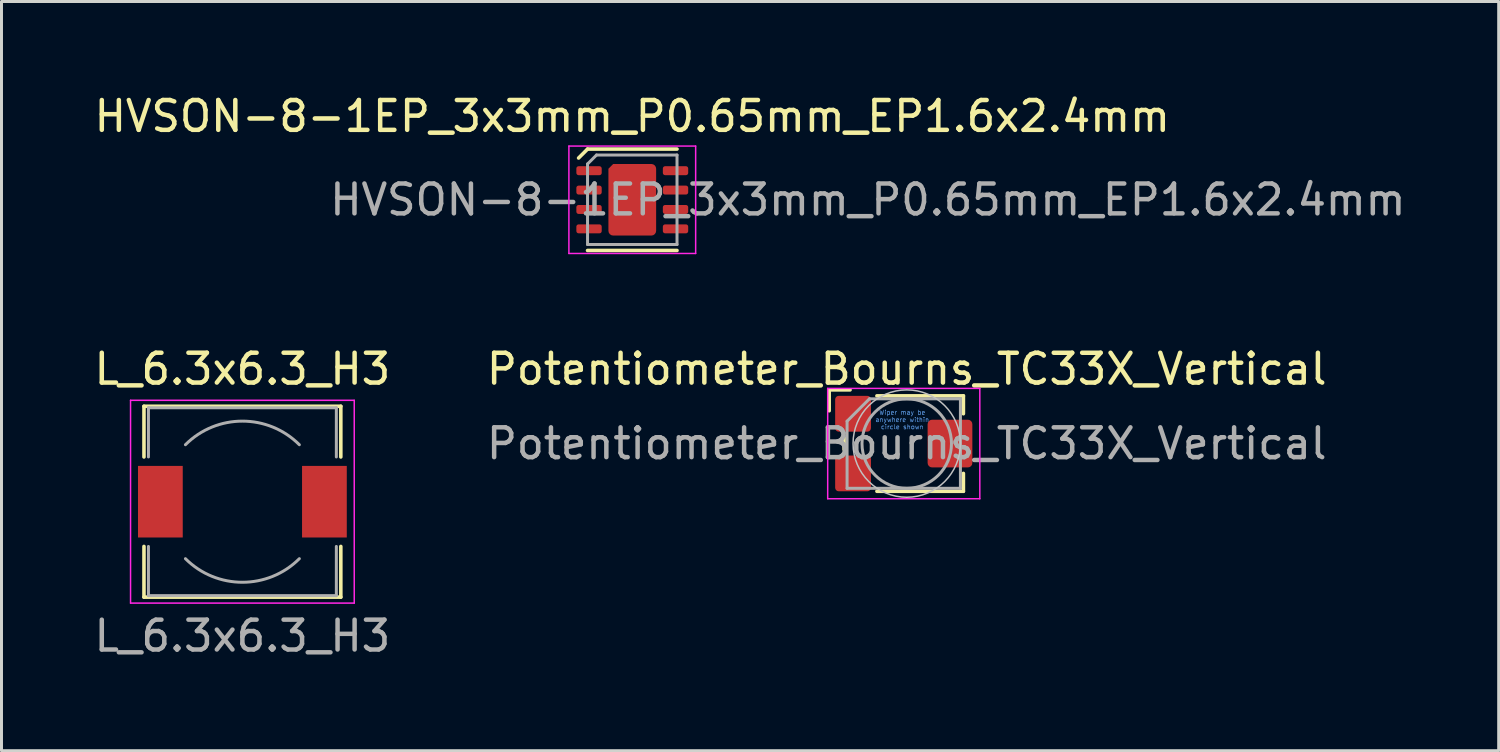
<source format=kicad_pcb>
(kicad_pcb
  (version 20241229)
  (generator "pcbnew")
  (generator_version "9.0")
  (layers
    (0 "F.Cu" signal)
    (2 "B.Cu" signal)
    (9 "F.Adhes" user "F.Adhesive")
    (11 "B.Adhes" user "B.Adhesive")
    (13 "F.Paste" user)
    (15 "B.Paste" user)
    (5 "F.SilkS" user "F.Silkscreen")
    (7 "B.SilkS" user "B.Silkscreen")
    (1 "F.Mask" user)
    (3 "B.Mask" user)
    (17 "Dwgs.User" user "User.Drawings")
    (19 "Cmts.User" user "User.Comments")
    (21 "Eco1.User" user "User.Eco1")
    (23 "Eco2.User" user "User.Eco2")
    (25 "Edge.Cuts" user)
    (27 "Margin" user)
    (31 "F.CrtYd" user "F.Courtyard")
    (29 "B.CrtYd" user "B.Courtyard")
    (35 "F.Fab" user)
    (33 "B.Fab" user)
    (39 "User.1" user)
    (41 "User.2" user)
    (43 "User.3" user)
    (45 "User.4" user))
  (footprint "L_6.3x6.3_H3"
    (layer "F.Cu")
    (at 5.077 13.771)
    (property "Reference" "L_6.3x6.3_H3" (at 0 -4.45 0) (layer "F.SilkS") (effects (font (size 1 1) (thickness 0.15))))
    (attr smd)
    (fp_line (start -3.3 -3.2) (end 3.3 -3.2) (stroke (width 0.12) (type solid)) (layer "F.SilkS"))
    (fp_line (start -3.3 -1.5) (end -3.3 -3.2) (stroke (width 0.12) (type solid)) (layer "F.SilkS"))
    (fp_line (start -3.3 3.2) (end -3.3 1.5) (stroke (width 0.12) (type solid)) (layer "F.SilkS"))
    (fp_line (start 3.3 -3.2) (end 3.3 -1.5) (stroke (width 0.12) (type solid)) (layer "F.SilkS"))
    (fp_line (start 3.3 1.5) (end 3.3 3.2) (stroke (width 0.12) (type solid)) (layer "F.SilkS"))
    (fp_line (start 3.3 3.2) (end -3.3 3.2) (stroke (width 0.12) (type solid)) (layer "F.SilkS"))
    (fp_line (start -3.75 -3.4) (end -3.75 3.4) (stroke (width 0.05) (type solid)) (layer "F.CrtYd"))
    (fp_line (start -3.75 3.4) (end 3.75 3.4) (stroke (width 0.05) (type solid)) (layer "F.CrtYd"))
    (fp_line (start 3.75 -3.4) (end -3.75 -3.4) (stroke (width 0.05) (type solid)) (layer "F.CrtYd"))
    (fp_line (start 3.75 3.4) (end 3.75 -3.4) (stroke (width 0.05) (type solid)) (layer "F.CrtYd"))
    (fp_line (start -3.15 -3.15) (end -3.15 -1.5) (stroke (width 0.1) (type solid)) (layer "F.Fab"))
    (fp_line (start -3.15 -3.15) (end 3.15 -3.15) (stroke (width 0.1) (type solid)) (layer "F.Fab"))
    (fp_line (start -3.15 3.15) (end -3.15 1.5) (stroke (width 0.1) (type solid)) (layer "F.Fab"))
    (fp_line (start -3.15 3.15) (end 3.15 3.15) (stroke (width 0.1) (type solid)) (layer "F.Fab"))
    (fp_line (start 3.15 -3.15) (end 3.15 -1.5) (stroke (width 0.1) (type solid)) (layer "F.Fab"))
    (fp_line (start 3.15 3.15) (end 3.15 1.5) (stroke (width 0.1) (type solid)) (layer "F.Fab"))
    (fp_arc (start -1.91 -1.91) (mid 0 -2.701148) (end 1.91 -1.91) (stroke (width 0.1) (type solid)) (layer "F.Fab"))
    (fp_arc (start 1.91 1.91) (mid 0 2.701148) (end -1.91 1.91) (stroke (width 0.1) (type solid)) (layer "F.Fab"))
    (fp_text user "${REFERENCE}" (at 0 4.5 0) (layer "F.Fab") (effects (font (size 1 1) (thickness 0.15))))
    (pad "1" smd rect (at -2.75 0) (size 1.5 2.4) (layers "F.Cu" "F.Mask" "F.Paste"))
    (pad "2" smd rect (at 2.75 0) (size 1.5 2.4) (layers "F.Cu" "F.Mask" "F.Paste")))
  (footprint "HVSON-8-1EP_3x3mm_P0.65mm_EP1.6x2.4mm"
    (layer "F.Cu")
    (at 18.149 3.648)
    (property "Reference" "HVSON-8-1EP_3x3mm_P0.65mm_EP1.6x2.4mm" (at 0 -2.8 0) (layer "F.SilkS") (effects (font (size 1 1) (thickness 0.15))))
    (attr smd)
    (fp_line (start -1.5 -1.7) (end -1.8 -1.4) (stroke (width 0.12) (type solid)) (layer "F.SilkS"))
    (fp_line (start -1.5 1.7) (end 1.5 1.7) (stroke (width 0.12) (type solid)) (layer "F.SilkS"))
    (fp_line (start 1.5 -1.7) (end -1.5 -1.7) (stroke (width 0.12) (type solid)) (layer "F.SilkS"))
    (fp_line (start -2.125 -1.8) (end 2.125 -1.8) (stroke (width 0.05) (type solid)) (layer "F.CrtYd"))
    (fp_line (start -2.125 1.8) (end -2.125 -1.8) (stroke (width 0.05) (type solid)) (layer "F.CrtYd"))
    (fp_line (start 2.125 -1.8) (end 2.125 1.8) (stroke (width 0.05) (type solid)) (layer "F.CrtYd"))
    (fp_line (start 2.125 1.8) (end -2.125 1.8) (stroke (width 0.05) (type solid)) (layer "F.CrtYd"))
    (fp_line (start -1.5 -1.2) (end -1.2 -1.5) (stroke (width 0.1) (type solid)) (layer "F.Fab"))
    (fp_line (start -1.5 1.5) (end -1.5 -1.2) (stroke (width 0.1) (type solid)) (layer "F.Fab"))
    (fp_line (start -1.2 -1.5) (end 1.5 -1.5) (stroke (width 0.1) (type solid)) (layer "F.Fab"))
    (fp_line (start 1.5 -1.5) (end 1.5 1.5) (stroke (width 0.1) (type solid)) (layer "F.Fab"))
    (fp_line (start 1.5 1.5) (end -1.5 1.5) (stroke (width 0.1) (type solid)) (layer "F.Fab"))
    (fp_text user "${REFERENCE}" (at 7.9 0 0) (layer "F.Fab") (effects (font (size 1 1) (thickness 0.15))))
    (pad "" smd roundrect (at -0.4 -0.6) (size 0.64 0.97) (layers "F.Paste") (roundrect_rratio 0.2))
    (pad "" smd roundrect (at -0.4 0.6) (size 0.64 0.97) (layers "F.Paste") (roundrect_rratio 0.2))
    (pad "" smd roundrect (at 0.4 -0.6) (size 0.64 0.97) (layers "F.Paste") (roundrect_rratio 0.2))
    (pad "" smd roundrect (at 0.4 0.6) (size 0.64 0.97) (layers "F.Paste") (roundrect_rratio 0.2))
    (pad "1" smd roundrect (at -1.45 -0.975 90) (size 0.3 0.85) (layers "F.Cu" "F.Mask" "F.Paste") (roundrect_rratio 0.25))
    (pad "2" smd roundrect (at -1.45 -0.325 90) (size 0.3 0.85) (layers "F.Cu" "F.Mask" "F.Paste") (roundrect_rratio 0.25))
    (pad "3" smd roundrect (at -1.45 0.325 90) (size 0.3 0.85) (layers "F.Cu" "F.Mask" "F.Paste") (roundrect_rratio 0.25))
    (pad "4" smd roundrect (at -1.45 0.975 90) (size 0.3 0.85) (layers "F.Cu" "F.Mask" "F.Paste") (roundrect_rratio 0.25))
    (pad "5" smd roundrect (at 1.45 0.975 90) (size 0.3 0.85) (layers "F.Cu" "F.Mask" "F.Paste") (roundrect_rratio 0.25))
    (pad "6" smd roundrect (at 1.45 0.325 90) (size 0.3 0.85) (layers "F.Cu" "F.Mask" "F.Paste") (roundrect_rratio 0.25))
    (pad "7" smd roundrect (at 1.45 -0.325 90) (size 0.3 0.85) (layers "F.Cu" "F.Mask" "F.Paste") (roundrect_rratio 0.25))
    (pad "8" smd roundrect (at 1.45 -0.975 90) (size 0.3 0.85) (layers "F.Cu" "F.Mask" "F.Paste") (roundrect_rratio 0.25))
    (pad "9" smd roundrect (at 0 0) (size 1.6 2.4) (layers "F.Cu" "F.Mask") (roundrect_rratio 0.1) (chamfer_ratio 0.1) (chamfer top_left)))
  (footprint "Potentiometer_Bourns_TC33X_Vertical"
    (layer "F.Cu")
    (at 27.351 11.822)
    (property "Reference" "Potentiometer_Bourns_TC33X_Vertical" (at 0 -2.5 0) (layer "F.SilkS") (effects (font (size 1 1) (thickness 0.15))))
    (attr smd)
    (fp_line (start -2.6 -1.8) (end -2.6 -1.1) (stroke (width 0.12) (type solid)) (layer "F.SilkS"))
    (fp_line (start -2.1 -0.2) (end -2.1 0.2) (stroke (width 0.12) (type solid)) (layer "F.SilkS"))
    (fp_line (start -1.9 -1.8) (end -2.6 -1.8) (stroke (width 0.12) (type solid)) (layer "F.SilkS"))
    (fp_line (start -1 -1.6) (end 1.9 -1.6) (stroke (width 0.12) (type solid)) (layer "F.SilkS"))
    (fp_line (start -1 1.6) (end 1.9 1.6) (stroke (width 0.12) (type solid)) (layer "F.SilkS"))
    (fp_line (start 1.9 -1.6) (end 1.9 -1) (stroke (width 0.12) (type solid)) (layer "F.SilkS"))
    (fp_line (start 1.9 1.6) (end 1.9 1) (stroke (width 0.12) (type solid)) (layer "F.SilkS"))
    (fp_circle (center 0 0) (end 1.8 0) (stroke (width 0.05) (type solid)) (fill no) (layer "Dwgs.User"))
    (fp_line (start -2.65 -1.85) (end 2.45 -1.85) (stroke (width 0.05) (type solid)) (layer "F.CrtYd"))
    (fp_line (start -2.65 1.85) (end -2.65 -1.85) (stroke (width 0.05) (type solid)) (layer "F.CrtYd"))
    (fp_line (start 2.45 -1.85) (end 2.45 1.85) (stroke (width 0.05) (type solid)) (layer "F.CrtYd"))
    (fp_line (start 2.45 1.85) (end -2.65 1.85) (stroke (width 0.05) (type solid)) (layer "F.CrtYd"))
    (fp_line (start -2 -0.75) (end -2 1.5) (stroke (width 0.1) (type solid)) (layer "F.Fab"))
    (fp_line (start -2 1.5) (end 1.8 1.5) (stroke (width 0.1) (type solid)) (layer "F.Fab"))
    (fp_line (start -1.25 -1.5) (end -2 -0.75) (stroke (width 0.1) (type solid)) (layer "F.Fab"))
    (fp_line (start 1.8 -1.5) (end -1.25 -1.5) (stroke (width 0.1) (type solid)) (layer "F.Fab"))
    (fp_line (start 1.8 1.5) (end 1.8 -1.5) (stroke (width 0.1) (type solid)) (layer "F.Fab"))
    (fp_circle (center 0 0) (end 1.5 0) (stroke (width 0.1) (type solid)) (fill no) (layer "F.Fab"))
    (fp_text user "Wiper may be\nanywhere within\ncircle shown" (at -0.15 -0.8 0) (layer "Cmts.User") (effects (font (size 0.15 0.15) (thickness 0.02))))
    (fp_text user "${REFERENCE}" (at 0 0 0) (layer "F.Fab") (effects (font (size 1 1) (thickness 0.15))))
    (pad "1" smd roundrect (at -1.8 -1) (size 1.2 1.2) (layers "F.Cu" "F.Mask" "F.Paste") (roundrect_rratio 0.1))
    (pad "2" smd roundrect (at 1.45 0) (size 1.5 1.6) (layers "F.Cu" "F.Mask" "F.Paste") (roundrect_rratio 0.1))
    (pad "3" smd roundrect (at -1.8 1) (size 1.2 1.2) (layers "F.Cu" "F.Mask" "F.Paste") (roundrect_rratio 0.1)))
  (gr_rect
    (start -3 -3)
    (end 47.198 22.12)
    (stroke (width 0.1) (type default))
    (fill no)
    (layer "Edge.Cuts")))
</source>
